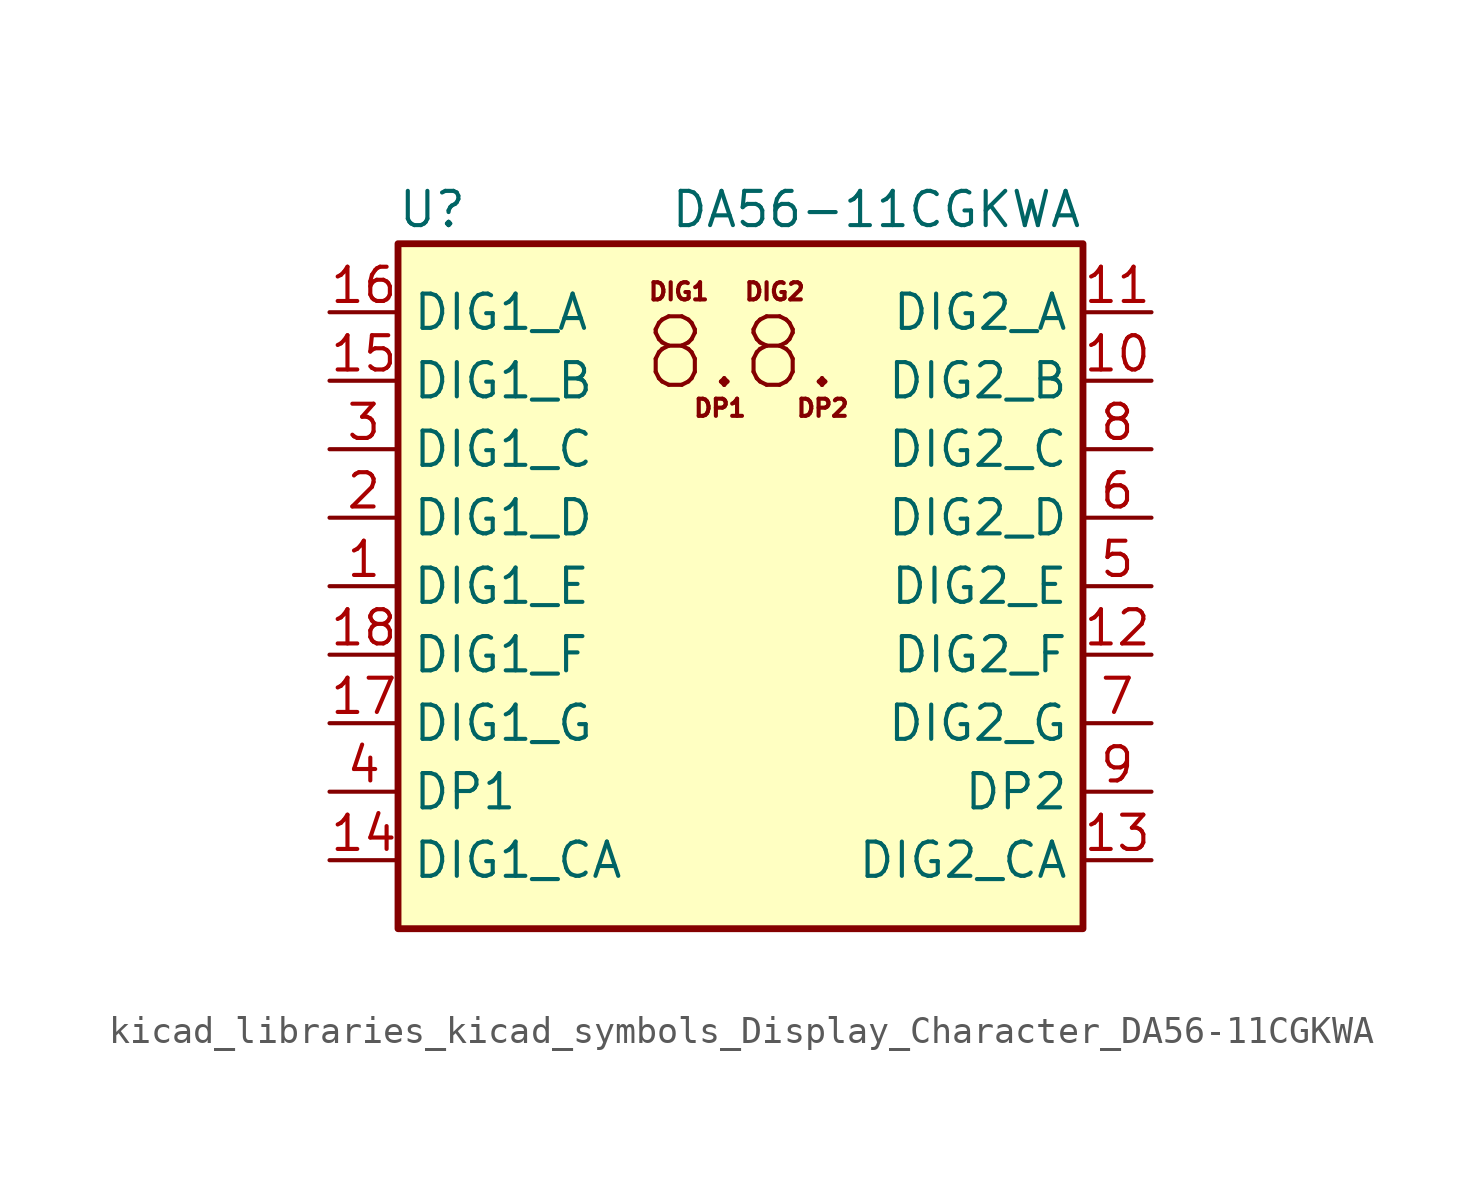
<source format=kicad_sym>
(kicad_symbol_lib
  (version 20220914)
  (generator kicad_symbol_editor)
  (symbol "kicad_libraries_kicad_symbols_Display_Character_DA56-11CGKWA"
    (property "Reference" "U"
      (at -11.43 13.97 0)
      (effects (font (size 1.27 1.27))))
    (property "Value" "DA56-11CGKWA"
      (at 12.7 13.97 0)
      (effects (font (size 1.27 1.27)) (justify right)))
    (symbol "kicad_libraries_kicad_symbols_Display_Character_DA56-11CGKWA_0_0"
      (text "8.8." (at 0 8.636 0) (effects (font (size 2.54 2.54))))
      (text "DIG1" (at -2.286 10.922 0) (effects (font (size 0.635 0.635))))
      (text "DIG2" (at 1.27 10.922 0) (effects (font (size 0.635 0.635))))
      (text "DP1" (at -0.762 6.604 0) (effects (font (size 0.635 0.635))))
      (text "DP2" (at 3.048 6.604 0) (effects (font (size 0.635 0.635)))))
    (symbol "kicad_libraries_kicad_symbols_Display_Character_DA56-11CGKWA_0_1"
      (rectangle (start -12.7 12.7) (end 12.7 -12.7) (stroke (width 0.254) (type default)) (fill (type background))))
    (symbol "kicad_libraries_kicad_symbols_Display_Character_DA56-11CGKWA_1_1"
      (pin input line (at -15.24 0 0) (length 2.54) (name "DIG1_E" (effects (font (size 1.27 1.27)))) (number "1" (effects (font (size 1.27 1.27)))))
      (pin input line (at 15.24 7.62 180) (length 2.54) (name "DIG2_B" (effects (font (size 1.27 1.27)))) (number "10" (effects (font (size 1.27 1.27)))))
      (pin input line (at 15.24 10.16 180) (length 2.54) (name "DIG2_A" (effects (font (size 1.27 1.27)))) (number "11" (effects (font (size 1.27 1.27)))))
      (pin input line (at 15.24 -2.54 180) (length 2.54) (name "DIG2_F" (effects (font (size 1.27 1.27)))) (number "12" (effects (font (size 1.27 1.27)))))
      (pin input line (at 15.24 -10.16 180) (length 2.54) (name "DIG2_CA" (effects (font (size 1.27 1.27)))) (number "13" (effects (font (size 1.27 1.27)))))
      (pin input line (at -15.24 -10.16 0) (length 2.54) (name "DIG1_CA" (effects (font (size 1.27 1.27)))) (number "14" (effects (font (size 1.27 1.27)))))
      (pin input line (at -15.24 7.62 0) (length 2.54) (name "DIG1_B" (effects (font (size 1.27 1.27)))) (number "15" (effects (font (size 1.27 1.27)))))
      (pin input line (at -15.24 10.16 0) (length 2.54) (name "DIG1_A" (effects (font (size 1.27 1.27)))) (number "16" (effects (font (size 1.27 1.27)))))
      (pin input line (at -15.24 -5.08 0) (length 2.54) (name "DIG1_G" (effects (font (size 1.27 1.27)))) (number "17" (effects (font (size 1.27 1.27)))))
      (pin input line (at -15.24 -2.54 0) (length 2.54) (name "DIG1_F" (effects (font (size 1.27 1.27)))) (number "18" (effects (font (size 1.27 1.27)))))
      (pin input line (at -15.24 2.54 0) (length 2.54) (name "DIG1_D" (effects (font (size 1.27 1.27)))) (number "2" (effects (font (size 1.27 1.27)))))
      (pin input line (at -15.24 5.08 0) (length 2.54) (name "DIG1_C" (effects (font (size 1.27 1.27)))) (number "3" (effects (font (size 1.27 1.27)))))
      (pin input line (at -15.24 -7.62 0) (length 2.54) (name "DP1" (effects (font (size 1.27 1.27)))) (number "4" (effects (font (size 1.27 1.27)))))
      (pin input line (at 15.24 0 180) (length 2.54) (name "DIG2_E" (effects (font (size 1.27 1.27)))) (number "5" (effects (font (size 1.27 1.27)))))
      (pin input line (at 15.24 2.54 180) (length 2.54) (name "DIG2_D" (effects (font (size 1.27 1.27)))) (number "6" (effects (font (size 1.27 1.27)))))
      (pin input line (at 15.24 -5.08 180) (length 2.54) (name "DIG2_G" (effects (font (size 1.27 1.27)))) (number "7" (effects (font (size 1.27 1.27)))))
      (pin input line (at 15.24 5.08 180) (length 2.54) (name "DIG2_C" (effects (font (size 1.27 1.27)))) (number "8" (effects (font (size 1.27 1.27)))))
      (pin input line (at 15.24 -7.62 180) (length 2.54) (name "DP2" (effects (font (size 1.27 1.27)))) (number "9" (effects (font (size 1.27 1.27))))))))
</source>
